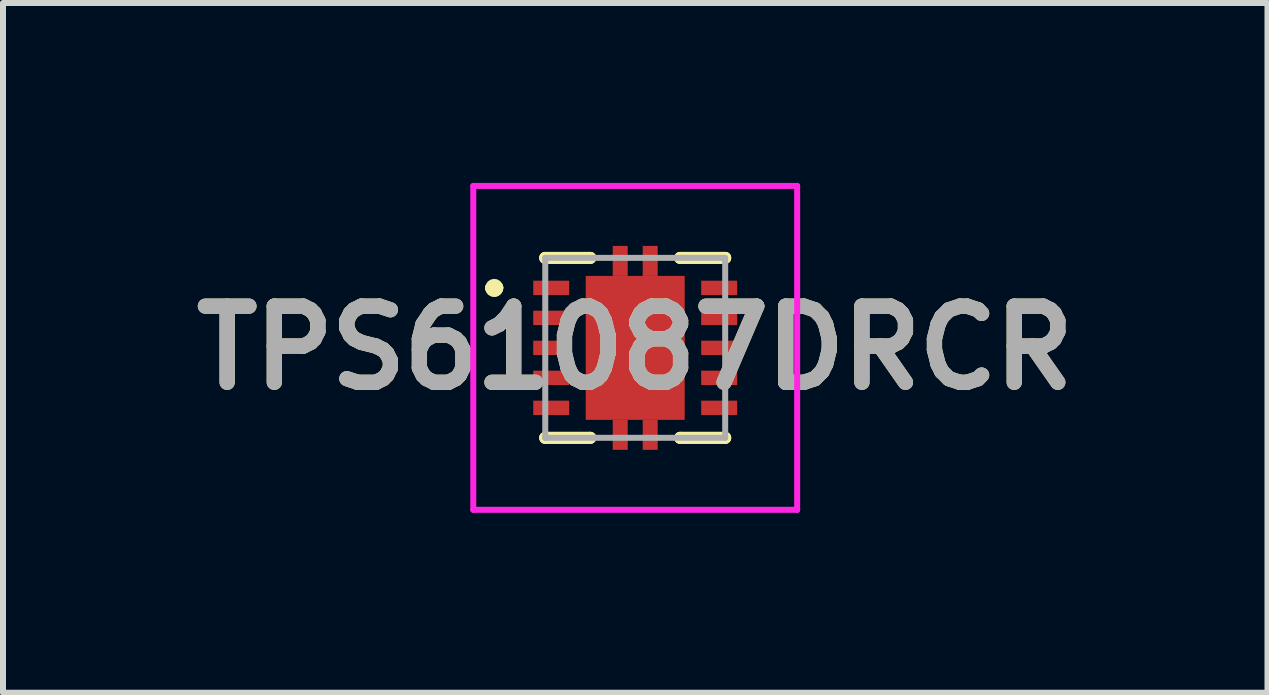
<source format=kicad_pcb>
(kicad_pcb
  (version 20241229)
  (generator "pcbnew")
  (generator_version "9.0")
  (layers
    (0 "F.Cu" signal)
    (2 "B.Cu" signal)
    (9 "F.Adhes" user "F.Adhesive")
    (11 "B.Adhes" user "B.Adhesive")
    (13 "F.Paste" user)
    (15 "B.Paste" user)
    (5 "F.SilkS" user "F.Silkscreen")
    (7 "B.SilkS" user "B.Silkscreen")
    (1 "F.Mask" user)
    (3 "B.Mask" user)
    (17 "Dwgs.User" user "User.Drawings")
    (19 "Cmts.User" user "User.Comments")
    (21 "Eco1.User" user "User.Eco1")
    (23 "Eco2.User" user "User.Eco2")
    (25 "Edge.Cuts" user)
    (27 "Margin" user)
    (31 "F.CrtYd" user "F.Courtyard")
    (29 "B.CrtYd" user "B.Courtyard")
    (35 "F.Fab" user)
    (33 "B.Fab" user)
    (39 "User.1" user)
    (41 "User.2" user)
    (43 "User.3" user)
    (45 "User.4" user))
  (footprint "TPS61087DRCR"
    (layer "F.Cu")
    (at 7.541 2.75)
    (property "Reference" "TPS61087DRCR" (at 0 0 0) (layer "F.SilkS") (effects (font (size 1.27 1.27) (thickness 0.254))))
    (attr smd)
    (fp_line (start -2.4 -1) (end -2.4 -1) (stroke (width 0.2) (type solid)) (layer "F.SilkS"))
    (fp_line (start -2.4 -1) (end -2.4 -1) (stroke (width 0.2) (type solid)) (layer "F.SilkS"))
    (fp_line (start -2.3 -1) (end -2.3 -1) (stroke (width 0.2) (type solid)) (layer "F.SilkS"))
    (fp_line (start -1.5 -1.5) (end -1.5 -1.5) (stroke (width 0.2) (type solid)) (layer "F.SilkS"))
    (fp_line (start -1.5 -1.5) (end -0.75 -1.5) (stroke (width 0.2) (type solid)) (layer "F.SilkS"))
    (fp_line (start -1.5 1.5) (end -1.5 1.5) (stroke (width 0.2) (type solid)) (layer "F.SilkS"))
    (fp_line (start -1.5 1.5) (end -0.75 1.5) (stroke (width 0.2) (type solid)) (layer "F.SilkS"))
    (fp_line (start -0.75 -1.5) (end -1.5 -1.5) (stroke (width 0.2) (type solid)) (layer "F.SilkS"))
    (fp_line (start -0.75 -1.5) (end -0.75 -1.5) (stroke (width 0.2) (type solid)) (layer "F.SilkS"))
    (fp_line (start -0.75 1.5) (end -1.5 1.5) (stroke (width 0.2) (type solid)) (layer "F.SilkS"))
    (fp_line (start -0.75 1.5) (end -0.75 1.5) (stroke (width 0.2) (type solid)) (layer "F.SilkS"))
    (fp_line (start 0.75 -1.5) (end 0.75 -1.5) (stroke (width 0.2) (type solid)) (layer "F.SilkS"))
    (fp_line (start 0.75 -1.5) (end 1.5 -1.5) (stroke (width 0.2) (type solid)) (layer "F.SilkS"))
    (fp_line (start 0.75 1.5) (end 0.75 1.5) (stroke (width 0.2) (type solid)) (layer "F.SilkS"))
    (fp_line (start 0.75 1.5) (end 1.5 1.5) (stroke (width 0.2) (type solid)) (layer "F.SilkS"))
    (fp_line (start 1.5 -1.5) (end 0.75 -1.5) (stroke (width 0.2) (type solid)) (layer "F.SilkS"))
    (fp_line (start 1.5 -1.5) (end 1.5 -1.5) (stroke (width 0.2) (type solid)) (layer "F.SilkS"))
    (fp_line (start 1.5 1.5) (end 0.75 1.5) (stroke (width 0.2) (type solid)) (layer "F.SilkS"))
    (fp_line (start 1.5 1.5) (end 1.5 1.5) (stroke (width 0.2) (type solid)) (layer "F.SilkS"))
    (fp_arc (start -2.4 -1) (mid -2.35 -1.05) (end -2.3 -1) (stroke (width 0.2) (type solid)) (layer "F.SilkS"))
    (fp_arc (start -2.3 -1) (mid -2.35 -0.95) (end -2.4 -1) (stroke (width 0.2) (type solid)) (layer "F.SilkS"))
    (fp_arc (start -2.3 -1) (mid -2.35 -0.95) (end -2.4 -1) (stroke (width 0.2) (type solid)) (layer "F.SilkS"))
    (fp_line (start -2.7 -2.7) (end 2.7 -2.7) (stroke (width 0.1) (type solid)) (layer "F.CrtYd"))
    (fp_line (start -2.7 2.7) (end -2.7 -2.7) (stroke (width 0.1) (type solid)) (layer "F.CrtYd"))
    (fp_line (start 2.7 -2.7) (end 2.7 2.7) (stroke (width 0.1) (type solid)) (layer "F.CrtYd"))
    (fp_line (start 2.7 2.7) (end -2.7 2.7) (stroke (width 0.1) (type solid)) (layer "F.CrtYd"))
    (fp_line (start -1.5 -1.5) (end -1.5 1.5) (stroke (width 0.1) (type solid)) (layer "F.Fab"))
    (fp_line (start -1.5 1.5) (end 1.5 1.5) (stroke (width 0.1) (type solid)) (layer "F.Fab"))
    (fp_line (start 1.5 -1.5) (end -1.5 -1.5) (stroke (width 0.1) (type solid)) (layer "F.Fab"))
    (fp_line (start 1.5 1.5) (end 1.5 -1.5) (stroke (width 0.1) (type solid)) (layer "F.Fab"))
    (fp_text user "${REFERENCE}" (at 0 0 0) (layer "F.Fab") (effects (font (size 1.27 1.27) (thickness 0.254))))
    (pad "1" smd rect (at -1.4 -1 90) (size 0.24 0.6) (layers "F.Cu" "F.Mask" "F.Paste"))
    (pad "2" smd rect (at -1.4 -0.5 90) (size 0.24 0.6) (layers "F.Cu" "F.Mask" "F.Paste"))
    (pad "3" smd rect (at -1.4 0 90) (size 0.24 0.6) (layers "F.Cu" "F.Mask" "F.Paste"))
    (pad "4" smd rect (at -1.4 0.5 90) (size 0.24 0.6) (layers "F.Cu" "F.Mask" "F.Paste"))
    (pad "5" smd rect (at -1.4 1 90) (size 0.24 0.6) (layers "F.Cu" "F.Mask" "F.Paste"))
    (pad "6" smd rect (at 1.4 1 90) (size 0.24 0.6) (layers "F.Cu" "F.Mask" "F.Paste"))
    (pad "7" smd rect (at 1.4 0.5 90) (size 0.24 0.6) (layers "F.Cu" "F.Mask" "F.Paste"))
    (pad "8" smd rect (at 1.4 0 90) (size 0.24 0.6) (layers "F.Cu" "F.Mask" "F.Paste"))
    (pad "9" smd rect (at 1.4 -0.5 90) (size 0.24 0.6) (layers "F.Cu" "F.Mask" "F.Paste"))
    (pad "10" smd rect (at 1.4 -1 90) (size 0.24 0.6) (layers "F.Cu" "F.Mask" "F.Paste"))
    (pad "11" smd rect (at 0 0) (size 1.65 2.4) (layers "F.Cu" "F.Mask" "F.Paste"))
    (pad "12" smd rect (at -0.25 1.45) (size 0.25 0.5) (layers "F.Cu" "F.Mask" "F.Paste"))
    (pad "13" smd rect (at 0.25 1.45) (size 0.25 0.5) (layers "F.Cu" "F.Mask" "F.Paste"))
    (pad "14" smd rect (at 0.25 -1.45) (size 0.25 0.5) (layers "F.Cu" "F.Mask" "F.Paste"))
    (pad "15" smd rect (at -0.25 -1.45) (size 0.25 0.5) (layers "F.Cu" "F.Mask" "F.Paste")))
  (gr_rect
    (start -3 -3)
    (end 18.083 8.5)
    (stroke (width 0.1) (type default))
    (fill no)
    (layer "Edge.Cuts")))
</source>
